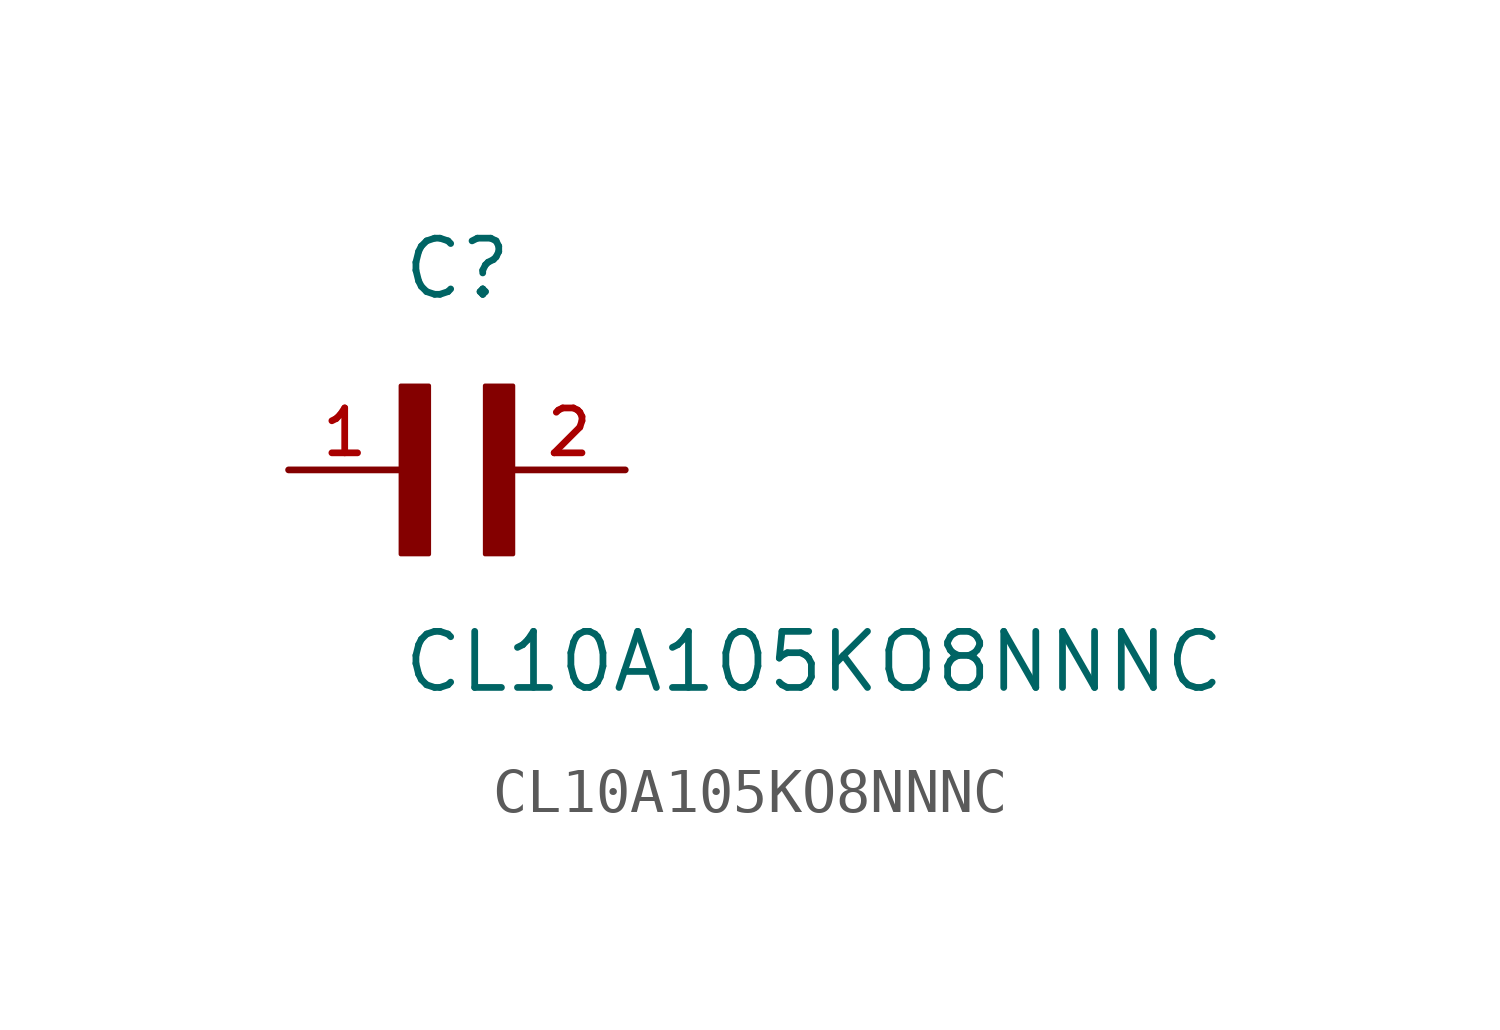
<source format=kicad_sym>
(kicad_symbol_lib
  (version 20211014)
  (generator kicad_symbol_editor)
  (symbol "CL10A105KO8NNNC"
    (pin_names
      (offset 1.016))
    (property "Reference" "C"
      (at 0.0 3.811 0)
      (effects (font (size 1.27 1.27)) (justify bottom left)))
    (property "Value" "CL10A105KO8NNNC"
      (at 0.0 -5.088 0)
      (effects (font (size 1.27 1.27)) (justify bottom left)))
    (symbol "CL10A105KO8NNNC_0_0"
      (rectangle (start 0.0 -1.907) (end 0.635 1.905) (stroke (width 0.1)) (fill (type outline)))
      (rectangle (start 1.907 -1.907) (end 2.54 1.905) (stroke (width 0.1)) (fill (type outline)))
      (pin passive line (at -2.54 0.0 0) (length 2.54) (name "~" (effects (font (size 1.016 1.016)))) (number "1" (effects (font (size 1.016 1.016)))))
      (pin passive line (at 5.08 0.0 180.0) (length 2.54) (name "~" (effects (font (size 1.016 1.016)))) (number "2" (effects (font (size 1.016 1.016))))))))
</source>
